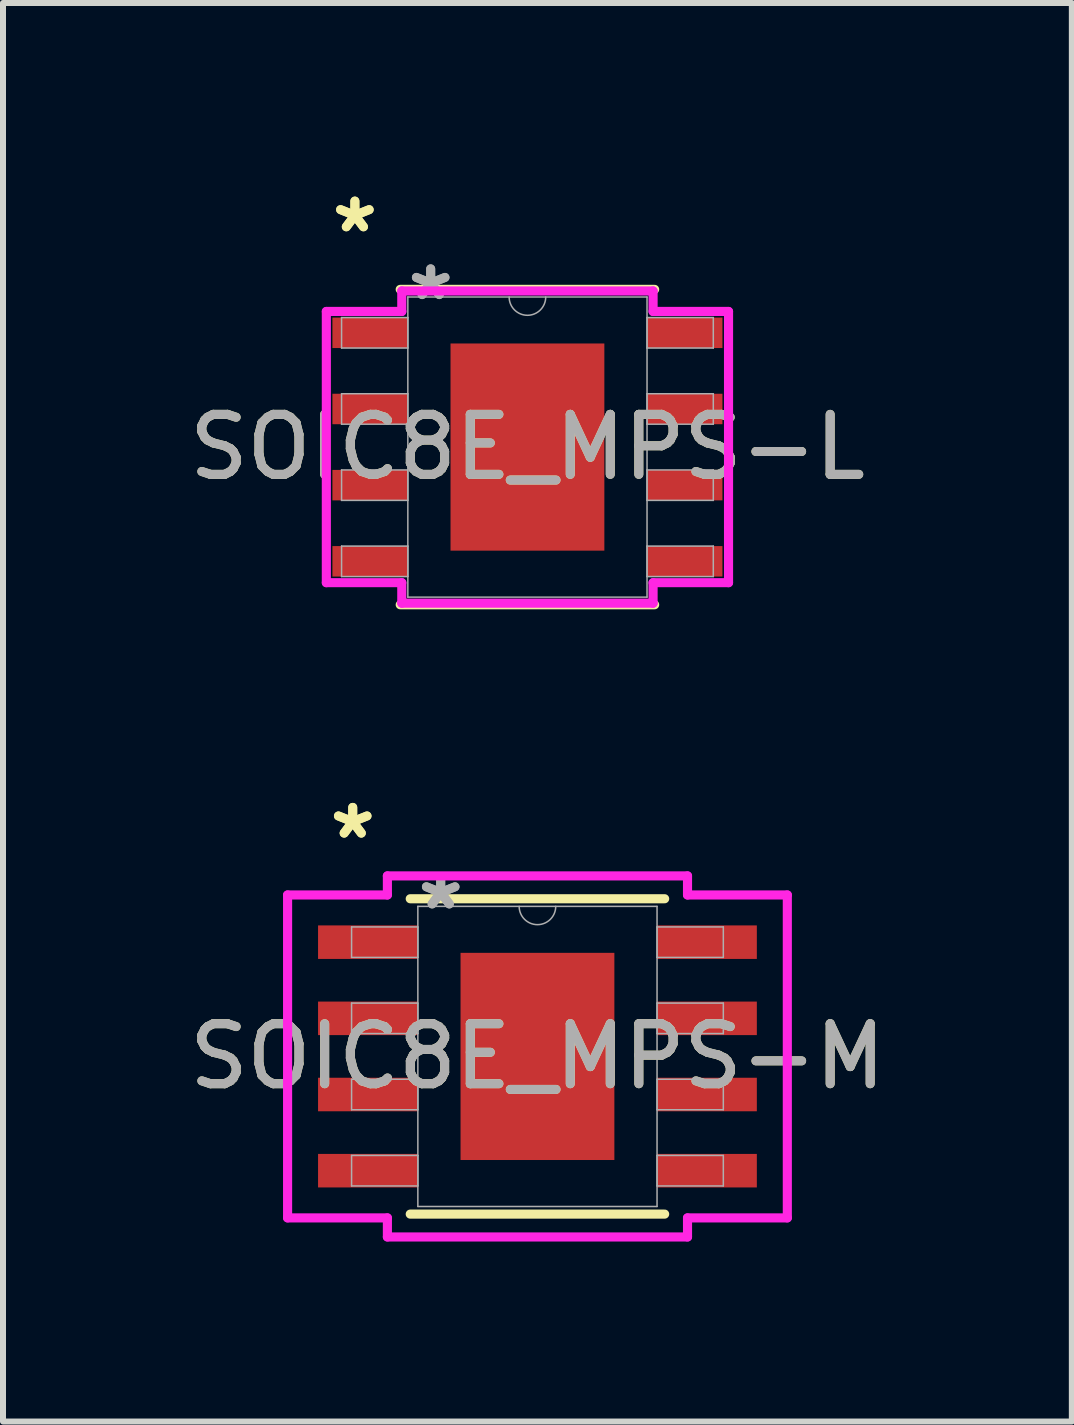
<source format=kicad_pcb>
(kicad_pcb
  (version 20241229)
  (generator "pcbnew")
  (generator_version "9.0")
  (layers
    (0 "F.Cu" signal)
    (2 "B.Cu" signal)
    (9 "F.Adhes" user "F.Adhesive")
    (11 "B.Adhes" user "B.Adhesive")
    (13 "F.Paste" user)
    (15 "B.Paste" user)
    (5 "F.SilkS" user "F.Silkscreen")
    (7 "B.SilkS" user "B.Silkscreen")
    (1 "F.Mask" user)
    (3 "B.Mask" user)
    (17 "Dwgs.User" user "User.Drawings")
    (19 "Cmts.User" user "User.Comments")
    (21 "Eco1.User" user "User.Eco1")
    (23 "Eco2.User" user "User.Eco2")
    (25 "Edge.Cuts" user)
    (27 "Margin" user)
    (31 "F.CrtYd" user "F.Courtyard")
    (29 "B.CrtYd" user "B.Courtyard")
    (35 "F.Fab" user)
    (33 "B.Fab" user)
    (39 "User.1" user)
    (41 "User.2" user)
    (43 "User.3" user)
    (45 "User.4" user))
  (footprint "SOIC8E_MPS-L"
    (layer "F.Cu")
    (at 5.744 4.404)
    (property "Reference" "SOIC8E_MPS-L" (at 0 0 0) (unlocked yes) (layer "F.SilkS") (effects (font (size 1 1) (thickness 0.15))))
    (attr smd)
    (fp_line (start -2.121 2.629) (end 2.121 2.629) (stroke (width 0.152) (type solid)) (layer "F.SilkS"))
    (fp_line (start 2.121 -2.629) (end -2.121 -2.629) (stroke (width 0.152) (type solid)) (layer "F.SilkS"))
    (fp_poly (pts (xy -1.183 -1.627) (xy -1.183 -0.1) (xy -0.1 -0.1) (xy -0.1 -1.627)) (stroke (width 0) (type solid)) (fill yes) (layer "F.Paste"))
    (fp_poly (pts (xy -1.183 0.1) (xy -1.183 1.627) (xy -0.1 1.627) (xy -0.1 0.1)) (stroke (width 0) (type solid)) (fill yes) (layer "F.Paste"))
    (fp_poly (pts (xy 0.1 -1.627) (xy 0.1 -0.1) (xy 1.183 -0.1) (xy 1.183 -1.627)) (stroke (width 0) (type solid)) (fill yes) (layer "F.Paste"))
    (fp_poly (pts (xy 0.1 0.1) (xy 0.1 1.627) (xy 1.183 1.627) (xy 1.183 0.1)) (stroke (width 0) (type solid)) (fill yes) (layer "F.Paste"))
    (fp_line (start -3.353 -2.261) (end -2.095 -2.261) (stroke (width 0.152) (type solid)) (layer "F.CrtYd"))
    (fp_line (start -3.353 2.261) (end -3.353 -2.261) (stroke (width 0.152) (type solid)) (layer "F.CrtYd"))
    (fp_line (start -3.353 2.261) (end -2.095 2.261) (stroke (width 0.152) (type solid)) (layer "F.CrtYd"))
    (fp_line (start -2.095 -2.603) (end 2.095 -2.603) (stroke (width 0.152) (type solid)) (layer "F.CrtYd"))
    (fp_line (start -2.095 -2.261) (end -2.095 -2.603) (stroke (width 0.152) (type solid)) (layer "F.CrtYd"))
    (fp_line (start -2.095 2.603) (end -2.095 2.261) (stroke (width 0.152) (type solid)) (layer "F.CrtYd"))
    (fp_line (start 2.095 -2.603) (end 2.095 -2.261) (stroke (width 0.152) (type solid)) (layer "F.CrtYd"))
    (fp_line (start 2.095 2.261) (end 2.095 2.603) (stroke (width 0.152) (type solid)) (layer "F.CrtYd"))
    (fp_line (start 2.095 2.603) (end -2.095 2.603) (stroke (width 0.152) (type solid)) (layer "F.CrtYd"))
    (fp_line (start 3.353 -2.261) (end 2.095 -2.261) (stroke (width 0.152) (type solid)) (layer "F.CrtYd"))
    (fp_line (start 3.353 -2.261) (end 3.353 2.261) (stroke (width 0.152) (type solid)) (layer "F.CrtYd"))
    (fp_line (start 3.353 2.261) (end 2.095 2.261) (stroke (width 0.152) (type solid)) (layer "F.CrtYd"))
    (fp_line (start -3.099 -2.159) (end -3.099 -1.651) (stroke (width 0.025) (type solid)) (layer "F.Fab"))
    (fp_line (start -3.099 -1.651) (end -1.994 -1.651) (stroke (width 0.025) (type solid)) (layer "F.Fab"))
    (fp_line (start -3.099 -0.889) (end -3.099 -0.381) (stroke (width 0.025) (type solid)) (layer "F.Fab"))
    (fp_line (start -3.099 -0.381) (end -1.994 -0.381) (stroke (width 0.025) (type solid)) (layer "F.Fab"))
    (fp_line (start -3.099 0.381) (end -3.099 0.889) (stroke (width 0.025) (type solid)) (layer "F.Fab"))
    (fp_line (start -3.099 0.889) (end -1.994 0.889) (stroke (width 0.025) (type solid)) (layer "F.Fab"))
    (fp_line (start -3.099 1.651) (end -3.099 2.159) (stroke (width 0.025) (type solid)) (layer "F.Fab"))
    (fp_line (start -3.099 2.159) (end -1.994 2.159) (stroke (width 0.025) (type solid)) (layer "F.Fab"))
    (fp_line (start -1.994 -2.502) (end -1.994 2.502) (stroke (width 0.025) (type solid)) (layer "F.Fab"))
    (fp_line (start -1.994 -2.159) (end -3.099 -2.159) (stroke (width 0.025) (type solid)) (layer "F.Fab"))
    (fp_line (start -1.994 -1.651) (end -1.994 -2.159) (stroke (width 0.025) (type solid)) (layer "F.Fab"))
    (fp_line (start -1.994 -0.889) (end -3.099 -0.889) (stroke (width 0.025) (type solid)) (layer "F.Fab"))
    (fp_line (start -1.994 -0.381) (end -1.994 -0.889) (stroke (width 0.025) (type solid)) (layer "F.Fab"))
    (fp_line (start -1.994 0.381) (end -3.099 0.381) (stroke (width 0.025) (type solid)) (layer "F.Fab"))
    (fp_line (start -1.994 0.889) (end -1.994 0.381) (stroke (width 0.025) (type solid)) (layer "F.Fab"))
    (fp_line (start -1.994 1.651) (end -3.099 1.651) (stroke (width 0.025) (type solid)) (layer "F.Fab"))
    (fp_line (start -1.994 2.159) (end -1.994 1.651) (stroke (width 0.025) (type solid)) (layer "F.Fab"))
    (fp_line (start -1.994 2.502) (end 1.994 2.502) (stroke (width 0.025) (type solid)) (layer "F.Fab"))
    (fp_line (start 1.994 -2.502) (end -1.994 -2.502) (stroke (width 0.025) (type solid)) (layer "F.Fab"))
    (fp_line (start 1.994 -2.159) (end 1.994 -1.651) (stroke (width 0.025) (type solid)) (layer "F.Fab"))
    (fp_line (start 1.994 -1.651) (end 3.099 -1.651) (stroke (width 0.025) (type solid)) (layer "F.Fab"))
    (fp_line (start 1.994 -0.889) (end 1.994 -0.381) (stroke (width 0.025) (type solid)) (layer "F.Fab"))
    (fp_line (start 1.994 -0.381) (end 3.099 -0.381) (stroke (width 0.025) (type solid)) (layer "F.Fab"))
    (fp_line (start 1.994 0.381) (end 1.994 0.889) (stroke (width 0.025) (type solid)) (layer "F.Fab"))
    (fp_line (start 1.994 0.889) (end 3.099 0.889) (stroke (width 0.025) (type solid)) (layer "F.Fab"))
    (fp_line (start 1.994 1.651) (end 1.994 2.159) (stroke (width 0.025) (type solid)) (layer "F.Fab"))
    (fp_line (start 1.994 2.159) (end 3.099 2.159) (stroke (width 0.025) (type solid)) (layer "F.Fab"))
    (fp_line (start 1.994 2.502) (end 1.994 -2.502) (stroke (width 0.025) (type solid)) (layer "F.Fab"))
    (fp_line (start 3.099 -2.159) (end 1.994 -2.159) (stroke (width 0.025) (type solid)) (layer "F.Fab"))
    (fp_line (start 3.099 -1.651) (end 3.099 -2.159) (stroke (width 0.025) (type solid)) (layer "F.Fab"))
    (fp_line (start 3.099 -0.889) (end 1.994 -0.889) (stroke (width 0.025) (type solid)) (layer "F.Fab"))
    (fp_line (start 3.099 -0.381) (end 3.099 -0.889) (stroke (width 0.025) (type solid)) (layer "F.Fab"))
    (fp_line (start 3.099 0.381) (end 1.994 0.381) (stroke (width 0.025) (type solid)) (layer "F.Fab"))
    (fp_line (start 3.099 0.889) (end 3.099 0.381) (stroke (width 0.025) (type solid)) (layer "F.Fab"))
    (fp_line (start 3.099 1.651) (end 1.994 1.651) (stroke (width 0.025) (type solid)) (layer "F.Fab"))
    (fp_line (start 3.099 2.159) (end 3.099 1.651) (stroke (width 0.025) (type solid)) (layer "F.Fab"))
    (fp_arc (start 0.3048 -2.5019) (mid 0 -2.1971) (end -0.3048 -2.5019) (stroke (width 0.0254) (type solid)) (layer "F.Fab"))
    (fp_text user "*" (at -2.877 -3.556 0) (unlocked yes) (layer "F.SilkS") (effects (font (size 1 1) (thickness 0.15))))
    (fp_text user "*" (at -2.877 -3.556 0) (layer "F.SilkS") (effects (font (size 1 1) (thickness 0.15))))
    (fp_text user "*" (at -1.613 -2.426 0) (unlocked yes) (layer "F.Fab") (effects (font (size 1 1) (thickness 0.15))))
    (fp_text user "*" (at -1.613 -2.426 0) (layer "F.Fab") (effects (font (size 1 1) (thickness 0.15))))
    (fp_text user "${REFERENCE}" (at 0 0 0) (unlocked yes) (layer "F.Fab") (effects (font (size 1 1) (thickness 0.15))))
    (pad "1" smd rect (at -2.623 -1.905) (size 1.257 0.508) (layers "F.Cu" "F.Mask" "F.Paste"))
    (pad "2" smd rect (at -2.623 -0.635) (size 1.257 0.508) (layers "F.Cu" "F.Mask" "F.Paste"))
    (pad "3" smd rect (at -2.623 0.635) (size 1.257 0.508) (layers "F.Cu" "F.Mask" "F.Paste"))
    (pad "4" smd rect (at -2.623 1.905) (size 1.257 0.508) (layers "F.Cu" "F.Mask" "F.Paste"))
    (pad "5" smd rect (at 2.623 1.905) (size 1.257 0.508) (layers "F.Cu" "F.Mask" "F.Paste"))
    (pad "6" smd rect (at 2.623 0.635) (size 1.257 0.508) (layers "F.Cu" "F.Mask" "F.Paste"))
    (pad "7" smd rect (at 2.623 -0.635) (size 1.257 0.508) (layers "F.Cu" "F.Mask" "F.Paste"))
    (pad "8" smd rect (at 2.623 -1.905) (size 1.257 0.508) (layers "F.Cu" "F.Mask" "F.Paste"))
    (pad "EPAD" smd rect (at 0 0) (size 2.565 3.454) (layers "F.Cu" "F.Mask")))
  (footprint "SOIC8E_MPS-M"
    (layer "F.Cu")
    (at 5.911 14.564)
    (property "Reference" "SOIC8E_MPS-M" (at 0 0 0) (unlocked yes) (layer "F.SilkS") (effects (font (size 1 1) (thickness 0.15))))
    (attr smd)
    (fp_line (start -2.121 2.629) (end 2.121 2.629) (stroke (width 0.152) (type solid)) (layer "F.SilkS"))
    (fp_line (start 2.121 -2.629) (end -2.121 -2.629) (stroke (width 0.152) (type solid)) (layer "F.SilkS"))
    (fp_poly (pts (xy -1.183 -1.627) (xy -1.183 -0.1) (xy -0.1 -0.1) (xy -0.1 -1.627)) (stroke (width 0) (type solid)) (fill yes) (layer "F.Paste"))
    (fp_poly (pts (xy -1.183 0.1) (xy -1.183 1.627) (xy -0.1 1.627) (xy -0.1 0.1)) (stroke (width 0) (type solid)) (fill yes) (layer "F.Paste"))
    (fp_poly (pts (xy 0.1 -1.627) (xy 0.1 -0.1) (xy 1.183 -0.1) (xy 1.183 -1.627)) (stroke (width 0) (type solid)) (fill yes) (layer "F.Paste"))
    (fp_poly (pts (xy 0.1 0.1) (xy 0.1 1.627) (xy 1.183 1.627) (xy 1.183 0.1)) (stroke (width 0) (type solid)) (fill yes) (layer "F.Paste"))
    (fp_line (start -4.166 -2.692) (end -2.502 -2.692) (stroke (width 0.152) (type solid)) (layer "F.CrtYd"))
    (fp_line (start -4.166 2.692) (end -4.166 -2.692) (stroke (width 0.152) (type solid)) (layer "F.CrtYd"))
    (fp_line (start -4.166 2.692) (end -2.502 2.692) (stroke (width 0.152) (type solid)) (layer "F.CrtYd"))
    (fp_line (start -2.502 -3.01) (end 2.502 -3.01) (stroke (width 0.152) (type solid)) (layer "F.CrtYd"))
    (fp_line (start -2.502 -2.692) (end -2.502 -3.01) (stroke (width 0.152) (type solid)) (layer "F.CrtYd"))
    (fp_line (start -2.502 3.01) (end -2.502 2.692) (stroke (width 0.152) (type solid)) (layer "F.CrtYd"))
    (fp_line (start 2.502 -3.01) (end 2.502 -2.692) (stroke (width 0.152) (type solid)) (layer "F.CrtYd"))
    (fp_line (start 2.502 2.692) (end 2.502 3.01) (stroke (width 0.152) (type solid)) (layer "F.CrtYd"))
    (fp_line (start 2.502 3.01) (end -2.502 3.01) (stroke (width 0.152) (type solid)) (layer "F.CrtYd"))
    (fp_line (start 4.166 -2.692) (end 2.502 -2.692) (stroke (width 0.152) (type solid)) (layer "F.CrtYd"))
    (fp_line (start 4.166 -2.692) (end 4.166 2.692) (stroke (width 0.152) (type solid)) (layer "F.CrtYd"))
    (fp_line (start 4.166 2.692) (end 2.502 2.692) (stroke (width 0.152) (type solid)) (layer "F.CrtYd"))
    (fp_line (start -3.099 -2.159) (end -3.099 -1.651) (stroke (width 0.025) (type solid)) (layer "F.Fab"))
    (fp_line (start -3.099 -1.651) (end -1.994 -1.651) (stroke (width 0.025) (type solid)) (layer "F.Fab"))
    (fp_line (start -3.099 -0.889) (end -3.099 -0.381) (stroke (width 0.025) (type solid)) (layer "F.Fab"))
    (fp_line (start -3.099 -0.381) (end -1.994 -0.381) (stroke (width 0.025) (type solid)) (layer "F.Fab"))
    (fp_line (start -3.099 0.381) (end -3.099 0.889) (stroke (width 0.025) (type solid)) (layer "F.Fab"))
    (fp_line (start -3.099 0.889) (end -1.994 0.889) (stroke (width 0.025) (type solid)) (layer "F.Fab"))
    (fp_line (start -3.099 1.651) (end -3.099 2.159) (stroke (width 0.025) (type solid)) (layer "F.Fab"))
    (fp_line (start -3.099 2.159) (end -1.994 2.159) (stroke (width 0.025) (type solid)) (layer "F.Fab"))
    (fp_line (start -1.994 -2.502) (end -1.994 2.502) (stroke (width 0.025) (type solid)) (layer "F.Fab"))
    (fp_line (start -1.994 -2.159) (end -3.099 -2.159) (stroke (width 0.025) (type solid)) (layer "F.Fab"))
    (fp_line (start -1.994 -1.651) (end -1.994 -2.159) (stroke (width 0.025) (type solid)) (layer "F.Fab"))
    (fp_line (start -1.994 -0.889) (end -3.099 -0.889) (stroke (width 0.025) (type solid)) (layer "F.Fab"))
    (fp_line (start -1.994 -0.381) (end -1.994 -0.889) (stroke (width 0.025) (type solid)) (layer "F.Fab"))
    (fp_line (start -1.994 0.381) (end -3.099 0.381) (stroke (width 0.025) (type solid)) (layer "F.Fab"))
    (fp_line (start -1.994 0.889) (end -1.994 0.381) (stroke (width 0.025) (type solid)) (layer "F.Fab"))
    (fp_line (start -1.994 1.651) (end -3.099 1.651) (stroke (width 0.025) (type solid)) (layer "F.Fab"))
    (fp_line (start -1.994 2.159) (end -1.994 1.651) (stroke (width 0.025) (type solid)) (layer "F.Fab"))
    (fp_line (start -1.994 2.502) (end 1.994 2.502) (stroke (width 0.025) (type solid)) (layer "F.Fab"))
    (fp_line (start 1.994 -2.502) (end -1.994 -2.502) (stroke (width 0.025) (type solid)) (layer "F.Fab"))
    (fp_line (start 1.994 -2.159) (end 1.994 -1.651) (stroke (width 0.025) (type solid)) (layer "F.Fab"))
    (fp_line (start 1.994 -1.651) (end 3.099 -1.651) (stroke (width 0.025) (type solid)) (layer "F.Fab"))
    (fp_line (start 1.994 -0.889) (end 1.994 -0.381) (stroke (width 0.025) (type solid)) (layer "F.Fab"))
    (fp_line (start 1.994 -0.381) (end 3.099 -0.381) (stroke (width 0.025) (type solid)) (layer "F.Fab"))
    (fp_line (start 1.994 0.381) (end 1.994 0.889) (stroke (width 0.025) (type solid)) (layer "F.Fab"))
    (fp_line (start 1.994 0.889) (end 3.099 0.889) (stroke (width 0.025) (type solid)) (layer "F.Fab"))
    (fp_line (start 1.994 1.651) (end 1.994 2.159) (stroke (width 0.025) (type solid)) (layer "F.Fab"))
    (fp_line (start 1.994 2.159) (end 3.099 2.159) (stroke (width 0.025) (type solid)) (layer "F.Fab"))
    (fp_line (start 1.994 2.502) (end 1.994 -2.502) (stroke (width 0.025) (type solid)) (layer "F.Fab"))
    (fp_line (start 3.099 -2.159) (end 1.994 -2.159) (stroke (width 0.025) (type solid)) (layer "F.Fab"))
    (fp_line (start 3.099 -1.651) (end 3.099 -2.159) (stroke (width 0.025) (type solid)) (layer "F.Fab"))
    (fp_line (start 3.099 -0.889) (end 1.994 -0.889) (stroke (width 0.025) (type solid)) (layer "F.Fab"))
    (fp_line (start 3.099 -0.381) (end 3.099 -0.889) (stroke (width 0.025) (type solid)) (layer "F.Fab"))
    (fp_line (start 3.099 0.381) (end 1.994 0.381) (stroke (width 0.025) (type solid)) (layer "F.Fab"))
    (fp_line (start 3.099 0.889) (end 3.099 0.381) (stroke (width 0.025) (type solid)) (layer "F.Fab"))
    (fp_line (start 3.099 1.651) (end 1.994 1.651) (stroke (width 0.025) (type solid)) (layer "F.Fab"))
    (fp_line (start 3.099 2.159) (end 3.099 1.651) (stroke (width 0.025) (type solid)) (layer "F.Fab"))
    (fp_arc (start 0.3048 -2.5019) (mid 0 -2.1971) (end -0.3048 -2.5019) (stroke (width 0.0254) (type solid)) (layer "F.Fab"))
    (fp_text user "*" (at -3.08 -3.607 0) (layer "F.SilkS") (effects (font (size 1 1) (thickness 0.15))))
    (fp_text user "*" (at -3.08 -3.607 0) (unlocked yes) (layer "F.SilkS") (effects (font (size 1 1) (thickness 0.15))))
    (fp_text user "*" (at -1.613 -2.426 0) (unlocked yes) (layer "F.Fab") (effects (font (size 1 1) (thickness 0.15))))
    (fp_text user "*" (at -1.613 -2.426 0) (layer "F.Fab") (effects (font (size 1 1) (thickness 0.15))))
    (fp_text user "${REFERENCE}" (at 0 0 0) (unlocked yes) (layer "F.Fab") (effects (font (size 1 1) (thickness 0.15))))
    (pad "1" smd rect (at -2.826 -1.905) (size 1.664 0.559) (layers "F.Cu" "F.Mask" "F.Paste"))
    (pad "2" smd rect (at -2.826 -0.635) (size 1.664 0.559) (layers "F.Cu" "F.Mask" "F.Paste"))
    (pad "3" smd rect (at -2.826 0.635) (size 1.664 0.559) (layers "F.Cu" "F.Mask" "F.Paste"))
    (pad "4" smd rect (at -2.826 1.905) (size 1.664 0.559) (layers "F.Cu" "F.Mask" "F.Paste"))
    (pad "5" smd rect (at 2.826 1.905) (size 1.664 0.559) (layers "F.Cu" "F.Mask" "F.Paste"))
    (pad "6" smd rect (at 2.826 0.635) (size 1.664 0.559) (layers "F.Cu" "F.Mask" "F.Paste"))
    (pad "7" smd rect (at 2.826 -0.635) (size 1.664 0.559) (layers "F.Cu" "F.Mask" "F.Paste"))
    (pad "8" smd rect (at 2.826 -1.905) (size 1.664 0.559) (layers "F.Cu" "F.Mask" "F.Paste"))
    (pad "EPAD" smd rect (at 0 0) (size 2.565 3.454) (layers "F.Cu" "F.Mask")))
  (gr_rect
    (start -3 -3)
    (end 14.821 20.651)
    (stroke (width 0.1) (type default))
    (fill no)
    (layer "Edge.Cuts")))
</source>
